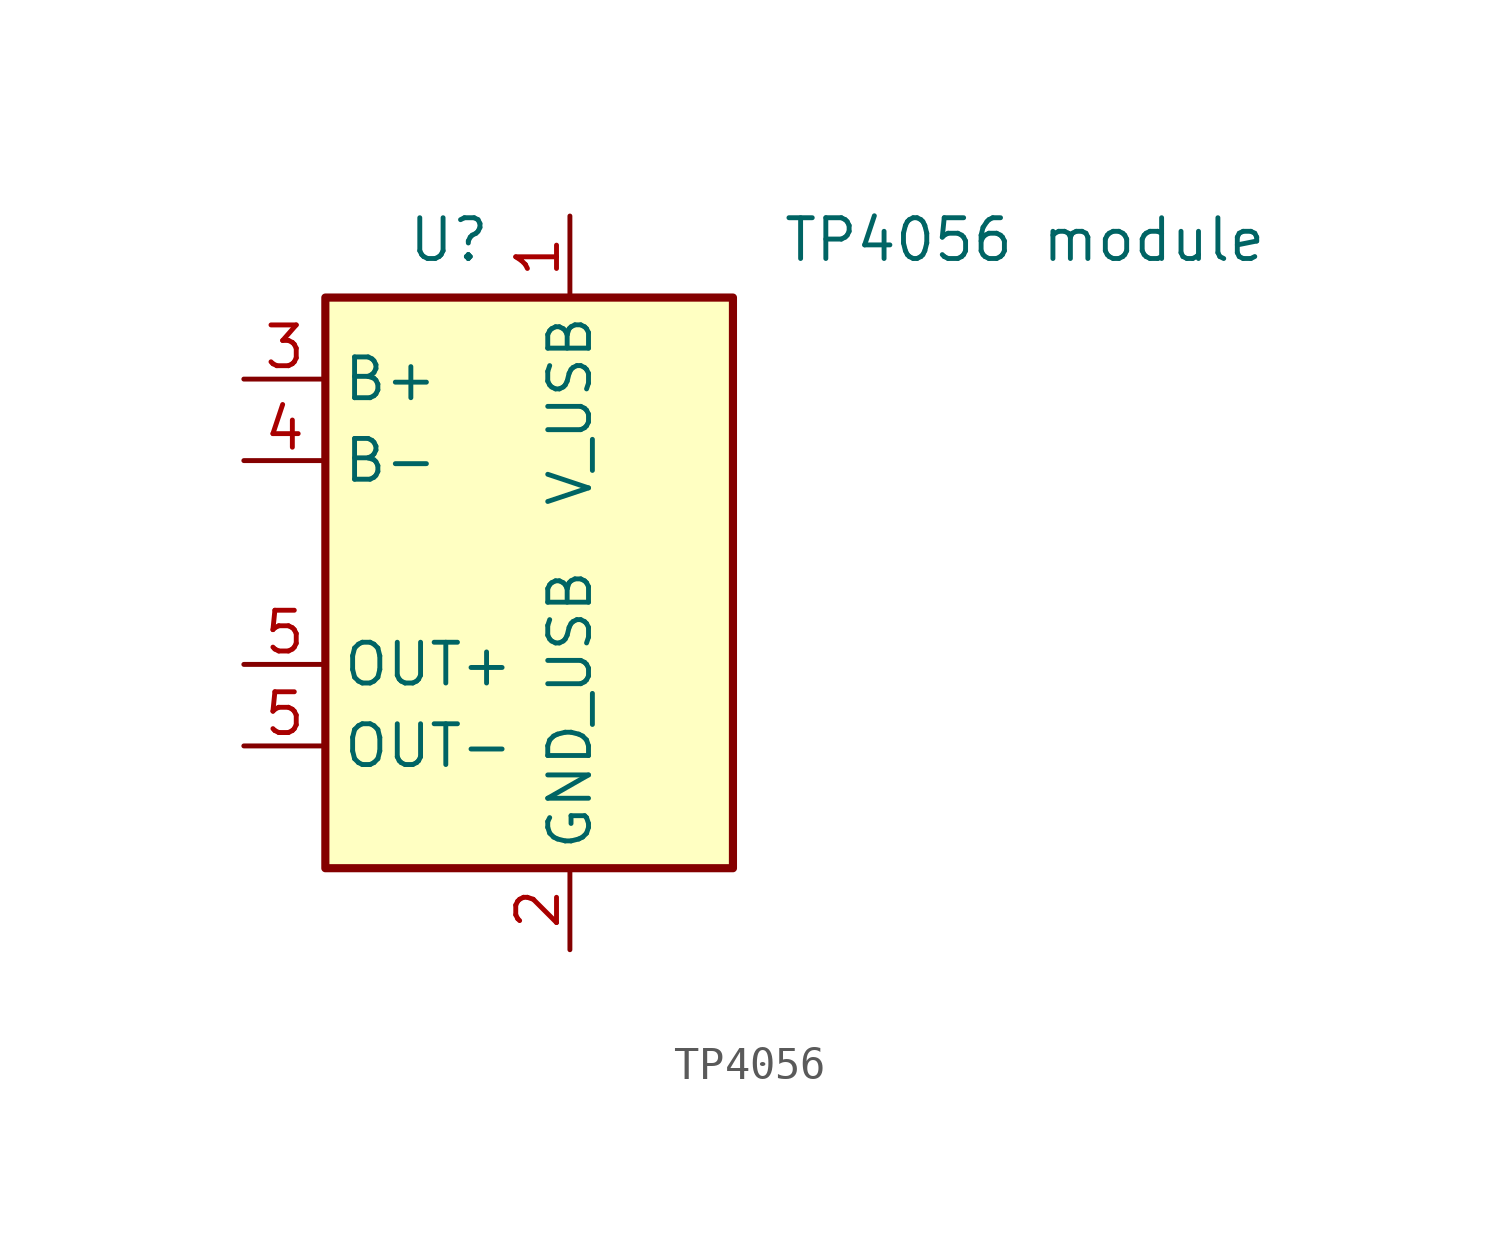
<source format=kicad_sym>
(kicad_symbol_lib
  (version 20231120)
  (generator "kicad_symbol_editor")
  (generator_version "8.0")
  (symbol "TP4056"
    (property "Reference" "U"
      (at -7.62 10.16 0)
      (effects (font (size 1.27 1.27)) (justify left top)))
    (property "Value" "TP4056 module"
      (at 4.064 10.16 0)
      (effects (font (size 1.27 1.27)) (justify left top)))
    (symbol "TP4056_0_1"
      (rectangle (start -10.16 7.62) (end 2.54 -10.16) (stroke (width 0.254) (type default)) (fill (type background))))
    (symbol "TP4056_1_1"
      (pin power_in line (at -2.54 10.16 270) (length 2.54) (name "V_USB" (effects (font (size 1.27 1.27)))) (number "1" (effects (font (size 1.27 1.27)))))
      (pin power_in line (at -2.54 -12.7 90) (length 2.54) (name "GND_USB" (effects (font (size 1.27 1.27)))) (number "2" (effects (font (size 1.27 1.27)))))
      (pin input line (at -12.7 5.08 0) (length 2.54) (name "B+" (effects (font (size 1.27 1.27)))) (number "3" (effects (font (size 1.27 1.27)))))
      (pin input line (at -12.7 2.54 0) (length 2.54) (name "B-" (effects (font (size 1.27 1.27)))) (number "4" (effects (font (size 1.27 1.27)))))
      (pin output line (at -12.7 -3.81 0) (length 2.54) (name "OUT+" (effects (font (size 1.27 1.27)))) (number "5" (effects (font (size 1.27 1.27)))))
      (pin output line (at -12.7 -6.35 0) (length 2.54) (name "OUT-" (effects (font (size 1.27 1.27)))) (number "5" (effects (font (size 1.27 1.27))))))))
</source>
